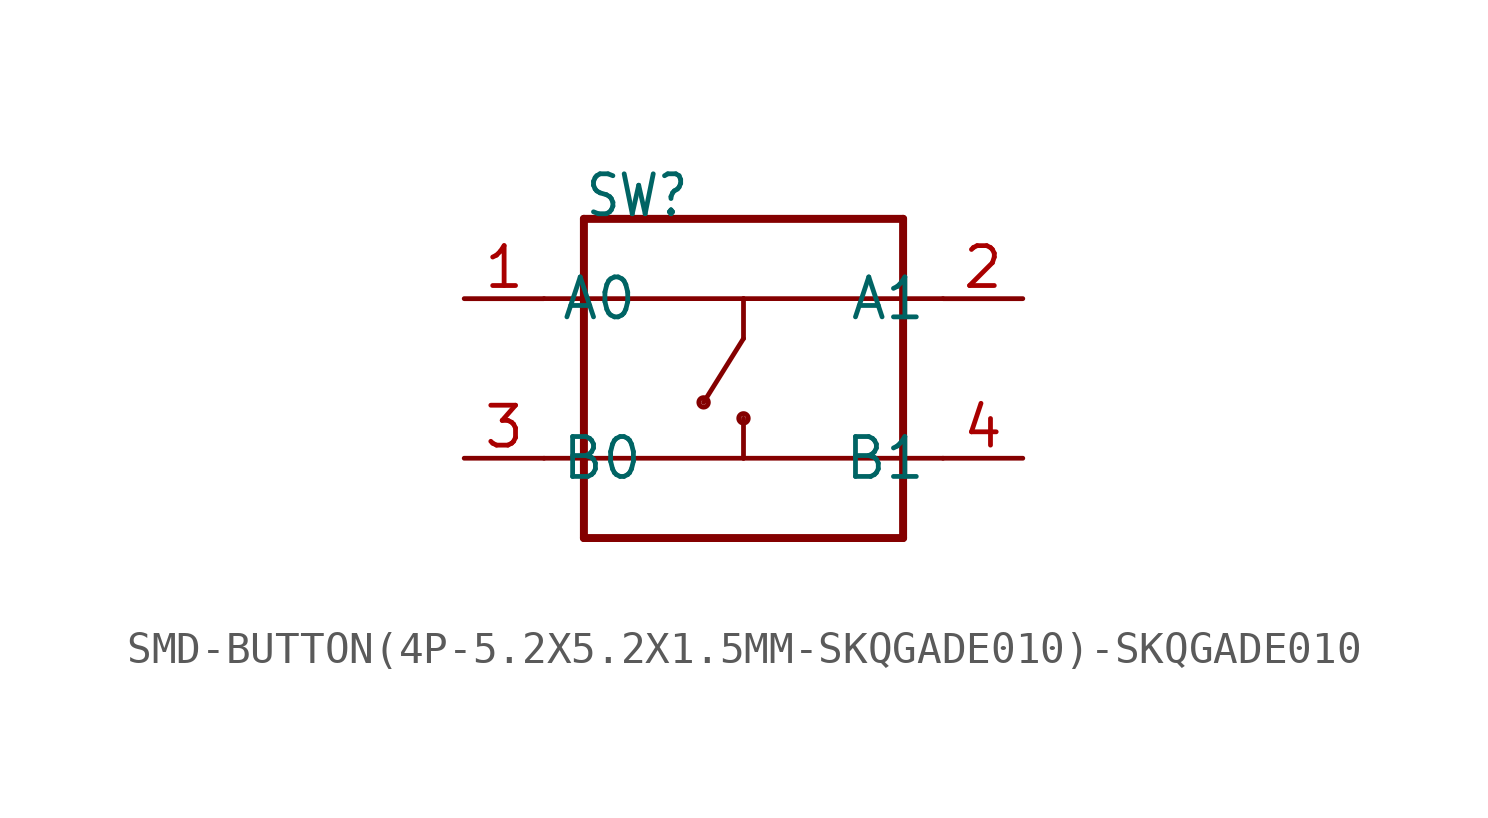
<source format=kicad_sym>
(kicad_symbol_lib
  (version 20231120)
  (generator "kicad_symbol_editor")
  (generator_version "8.0")
  (symbol "SMD-BUTTON(4P-5.2X5.2X1.5MM-SKQGADE010)-SKQGADE010"
    (property "Reference" "SW"
      (at -5.08 5.08 0)
      (effects (font (size 1.27 1.079)) (justify left bottom)))
    (property "Value" ""
      (at -5.08 -6.35 0)
      (effects (font (size 1.27 1.079)) (justify left bottom)))
    (property "ki_locked" ""
      (at 0 0 0)
      (effects (font (size 1.27 1.27))))
    (symbol "SMD-BUTTON(4P-5.2X5.2X1.5MM-SKQGADE010)-SKQGADE010_1_0"
      (circle (center -1.27 -0.762) (radius 0.152) (stroke (width 0) (type solid)) (fill (type none)))
      (circle (center 0 -1.27) (radius 0.152) (stroke (width 0) (type solid)) (fill (type none)))
      (polyline (pts (xy -6.35 -2.54) (xy -5.08 -2.54)) (stroke (width 0.152) (type solid)) (fill (type none)))
      (polyline (pts (xy -6.35 2.54) (xy -5.08 2.54)) (stroke (width 0.152) (type solid)) (fill (type none)))
      (polyline (pts (xy -5.08 -5.08) (xy -5.08 -2.54)) (stroke (width 0.254) (type solid)) (fill (type none)))
      (polyline (pts (xy -5.08 -2.54) (xy -5.08 2.54)) (stroke (width 0.254) (type solid)) (fill (type none)))
      (polyline (pts (xy -5.08 2.54) (xy -5.08 5.08)) (stroke (width 0.254) (type solid)) (fill (type none)))
      (polyline (pts (xy -5.08 2.54) (xy 0 2.54)) (stroke (width 0.152) (type solid)) (fill (type none)))
      (polyline (pts (xy -5.08 5.08) (xy 5.08 5.08)) (stroke (width 0.254) (type solid)) (fill (type none)))
      (polyline (pts (xy 0 -2.54) (xy -5.08 -2.54)) (stroke (width 0.152) (type solid)) (fill (type none)))
      (polyline (pts (xy 0 -2.54) (xy 5.08 -2.54)) (stroke (width 0.152) (type solid)) (fill (type none)))
      (polyline (pts (xy 0 -1.27) (xy 0 -2.54)) (stroke (width 0.152) (type solid)) (fill (type none)))
      (polyline (pts (xy 0 1.27) (xy -1.27 -0.762)) (stroke (width 0.152) (type solid)) (fill (type none)))
      (polyline (pts (xy 0 2.54) (xy 0 1.27)) (stroke (width 0.152) (type solid)) (fill (type none)))
      (polyline (pts (xy 0 2.54) (xy 5.08 2.54)) (stroke (width 0.152) (type solid)) (fill (type none)))
      (polyline (pts (xy 5.08 -5.08) (xy -5.08 -5.08)) (stroke (width 0.254) (type solid)) (fill (type none)))
      (polyline (pts (xy 5.08 -2.54) (xy 5.08 -5.08)) (stroke (width 0.254) (type solid)) (fill (type none)))
      (polyline (pts (xy 5.08 2.54) (xy 5.08 -2.54)) (stroke (width 0.254) (type solid)) (fill (type none)))
      (polyline (pts (xy 5.08 5.08) (xy 5.08 2.54)) (stroke (width 0.254) (type solid)) (fill (type none)))
      (polyline (pts (xy 6.35 -2.54) (xy 5.08 -2.54)) (stroke (width 0.152) (type solid)) (fill (type none)))
      (polyline (pts (xy 6.35 2.54) (xy 5.08 2.54)) (stroke (width 0.152) (type solid)) (fill (type none)))
      (pin bidirectional line (at -8.89 2.54 0) (length 2.54) (name "A0" (effects (font (size 1.27 1.27)))) (number "1" (effects (font (size 1.27 1.27)))))
      (pin bidirectional line (at 8.89 2.54 180) (length 2.54) (name "A1" (effects (font (size 1.27 1.27)))) (number "2" (effects (font (size 1.27 1.27)))))
      (pin bidirectional line (at -8.89 -2.54 0) (length 2.54) (name "B0" (effects (font (size 1.27 1.27)))) (number "3" (effects (font (size 1.27 1.27)))))
      (pin bidirectional line (at 8.89 -2.54 180) (length 2.54) (name "B1" (effects (font (size 1.27 1.27)))) (number "4" (effects (font (size 1.27 1.27))))))))
</source>
